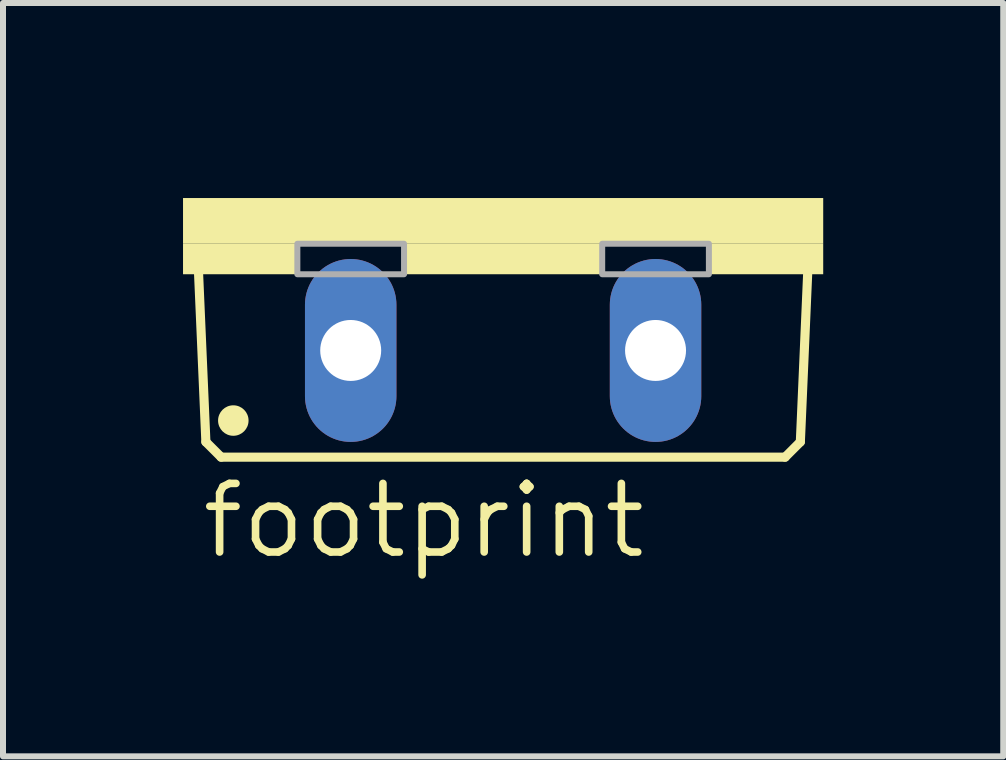
<source format=kicad_pcb>
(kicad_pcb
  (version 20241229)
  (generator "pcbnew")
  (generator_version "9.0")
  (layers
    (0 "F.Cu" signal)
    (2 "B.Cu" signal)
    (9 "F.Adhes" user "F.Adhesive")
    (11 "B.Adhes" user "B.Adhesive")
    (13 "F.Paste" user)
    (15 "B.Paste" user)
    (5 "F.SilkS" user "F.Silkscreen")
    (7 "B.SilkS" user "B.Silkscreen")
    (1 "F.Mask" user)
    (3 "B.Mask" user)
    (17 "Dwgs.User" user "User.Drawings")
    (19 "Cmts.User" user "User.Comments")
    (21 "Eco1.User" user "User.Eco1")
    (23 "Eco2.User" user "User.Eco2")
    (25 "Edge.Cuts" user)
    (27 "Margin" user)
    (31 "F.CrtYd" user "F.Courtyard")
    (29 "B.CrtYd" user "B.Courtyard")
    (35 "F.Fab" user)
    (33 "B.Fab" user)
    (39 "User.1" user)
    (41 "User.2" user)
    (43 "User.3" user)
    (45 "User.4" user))
  (footprint "footprint"
    (layer "F.Cu")
    (at 5.334 0.25)
    (property "Reference" "footprint" (at -5.08 6.045 0) (layer "F.SilkS") (effects (font (size 1.143 1.143) (thickness 0.127)) (justify left bottom)))
    (fp_line (start -4.953 4.064) (end -5.08 1.143) (stroke (width 0.152) (type solid)) (layer "F.SilkS"))
    (fp_line (start -4.953 4.064) (end -4.699 4.318) (stroke (width 0.152) (type solid)) (layer "F.SilkS"))
    (fp_line (start 4.699 4.318) (end -4.699 4.318) (stroke (width 0.152) (type solid)) (layer "F.SilkS"))
    (fp_line (start 4.699 4.318) (end 4.953 4.064) (stroke (width 0.152) (type solid)) (layer "F.SilkS"))
    (fp_line (start 5.08 1.143) (end 4.953 4.064) (stroke (width 0.152) (type solid)) (layer "F.SilkS"))
    (fp_circle (center -4.496 3.708) (end -4.369 3.708) (stroke (width 0.254) (type solid)) (fill yes) (layer "F.SilkS"))
    (fp_poly (pts (xy -5.334 0.762) (xy 5.334 0.762) (xy 5.334 0) (xy -5.334 0)) (stroke (width 0) (type solid)) (fill yes) (layer "F.SilkS"))
    (fp_poly (pts (xy -5.334 1.27) (xy -3.429 1.27) (xy -3.429 0.762) (xy -5.334 0.762)) (stroke (width 0) (type solid)) (fill yes) (layer "F.SilkS"))
    (fp_poly (pts (xy -1.651 1.27) (xy 1.651 1.27) (xy 1.651 0.762) (xy -1.651 0.762)) (stroke (width 0) (type solid)) (fill yes) (layer "F.SilkS"))
    (fp_poly (pts (xy 3.429 1.27) (xy 5.334 1.27) (xy 5.334 0.762) (xy 3.429 0.762)) (stroke (width 0) (type solid)) (fill yes) (layer "F.SilkS"))
    (fp_poly (pts (xy -3.429 1.27) (xy -1.651 1.27) (xy -1.651 0.762) (xy -3.429 0.762)) (stroke (width 0.1) (type solid)) (fill no) (layer "F.Fab"))
    (fp_poly (pts (xy 1.651 1.27) (xy 3.429 1.27) (xy 3.429 0.762) (xy 1.651 0.762)) (stroke (width 0.1) (type solid)) (fill no) (layer "F.Fab"))
    (pad "T1" thru_hole oval (at -2.54 2.54 90) (size 3.048 1.524) (drill 1.016) (layers "*.Cu" "*.Mask"))
    (pad "T2" thru_hole oval (at 2.54 2.54 90) (size 3.048 1.524) (drill 1.016) (layers "*.Cu" "*.Mask")))
  (gr_rect
    (start -3 -3)
    (end 13.668 9.554)
    (stroke (width 0.1) (type default))
    (fill no)
    (layer "Edge.Cuts")))
</source>
